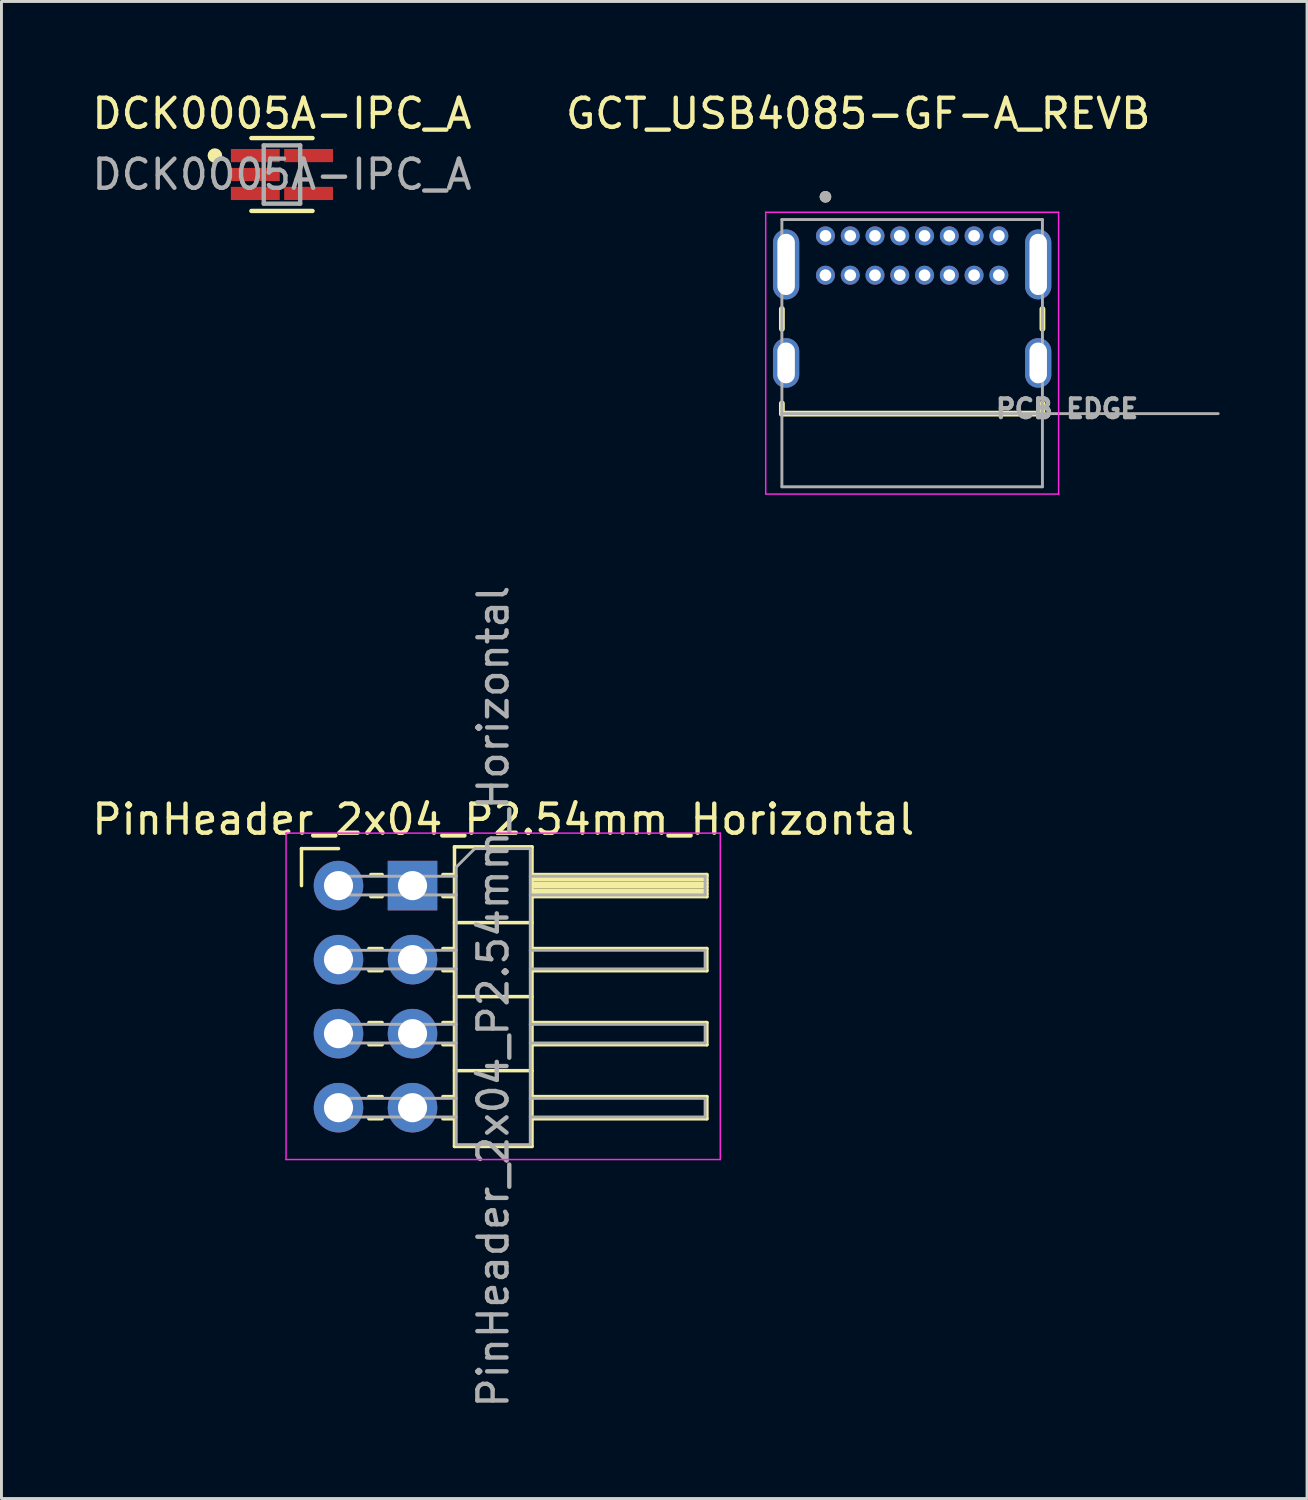
<source format=kicad_pcb>
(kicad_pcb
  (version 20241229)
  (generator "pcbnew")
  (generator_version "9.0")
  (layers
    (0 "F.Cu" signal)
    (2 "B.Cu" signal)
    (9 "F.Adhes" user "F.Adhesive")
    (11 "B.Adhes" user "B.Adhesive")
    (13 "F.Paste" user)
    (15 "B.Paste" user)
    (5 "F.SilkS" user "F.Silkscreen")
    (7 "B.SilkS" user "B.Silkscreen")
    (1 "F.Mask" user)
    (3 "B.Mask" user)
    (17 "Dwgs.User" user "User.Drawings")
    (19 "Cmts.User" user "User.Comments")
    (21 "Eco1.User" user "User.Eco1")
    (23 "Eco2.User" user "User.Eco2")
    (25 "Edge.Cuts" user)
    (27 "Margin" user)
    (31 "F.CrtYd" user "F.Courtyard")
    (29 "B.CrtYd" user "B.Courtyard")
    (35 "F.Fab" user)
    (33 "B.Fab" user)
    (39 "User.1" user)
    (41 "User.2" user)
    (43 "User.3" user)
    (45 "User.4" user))
  (footprint "PinHeader_2x04_P2.54mm_Horizontal"
    (layer "F.Cu")
    (at 8.565 27.338)
    (property "Reference" "PinHeader_2x04_P2.54mm_Horizontal" (at 5.655 -2.27 0) (layer "F.SilkS") (effects (font (size 1 1) (thickness 0.15))))
    (attr through_hole)
    (fp_line (start -1.27 -1.27) (end 0 -1.27) (stroke (width 0.12) (type solid)) (layer "F.SilkS"))
    (fp_line (start -1.27 0) (end -1.27 -1.27) (stroke (width 0.12) (type solid)) (layer "F.SilkS"))
    (fp_line (start 1.043 2.16) (end 1.497 2.16) (stroke (width 0.12) (type solid)) (layer "F.SilkS"))
    (fp_line (start 1.043 2.92) (end 1.497 2.92) (stroke (width 0.12) (type solid)) (layer "F.SilkS"))
    (fp_line (start 1.043 4.7) (end 1.497 4.7) (stroke (width 0.12) (type solid)) (layer "F.SilkS"))
    (fp_line (start 1.043 5.46) (end 1.497 5.46) (stroke (width 0.12) (type solid)) (layer "F.SilkS"))
    (fp_line (start 1.043 7.24) (end 1.497 7.24) (stroke (width 0.12) (type solid)) (layer "F.SilkS"))
    (fp_line (start 1.043 8) (end 1.497 8) (stroke (width 0.12) (type solid)) (layer "F.SilkS"))
    (fp_line (start 1.11 -0.38) (end 1.497 -0.38) (stroke (width 0.12) (type solid)) (layer "F.SilkS"))
    (fp_line (start 1.11 0.38) (end 1.497 0.38) (stroke (width 0.12) (type solid)) (layer "F.SilkS"))
    (fp_line (start 3.583 -0.38) (end 3.98 -0.38) (stroke (width 0.12) (type solid)) (layer "F.SilkS"))
    (fp_line (start 3.583 0.38) (end 3.98 0.38) (stroke (width 0.12) (type solid)) (layer "F.SilkS"))
    (fp_line (start 3.583 2.16) (end 3.98 2.16) (stroke (width 0.12) (type solid)) (layer "F.SilkS"))
    (fp_line (start 3.583 2.92) (end 3.98 2.92) (stroke (width 0.12) (type solid)) (layer "F.SilkS"))
    (fp_line (start 3.583 4.7) (end 3.98 4.7) (stroke (width 0.12) (type solid)) (layer "F.SilkS"))
    (fp_line (start 3.583 5.46) (end 3.98 5.46) (stroke (width 0.12) (type solid)) (layer "F.SilkS"))
    (fp_line (start 3.583 7.24) (end 3.98 7.24) (stroke (width 0.12) (type solid)) (layer "F.SilkS"))
    (fp_line (start 3.583 8) (end 3.98 8) (stroke (width 0.12) (type solid)) (layer "F.SilkS"))
    (fp_line (start 3.98 -1.33) (end 3.98 8.95) (stroke (width 0.12) (type solid)) (layer "F.SilkS"))
    (fp_line (start 3.98 1.27) (end 6.64 1.27) (stroke (width 0.12) (type solid)) (layer "F.SilkS"))
    (fp_line (start 3.98 3.81) (end 6.64 3.81) (stroke (width 0.12) (type solid)) (layer "F.SilkS"))
    (fp_line (start 3.98 6.35) (end 6.64 6.35) (stroke (width 0.12) (type solid)) (layer "F.SilkS"))
    (fp_line (start 3.98 8.95) (end 6.64 8.95) (stroke (width 0.12) (type solid)) (layer "F.SilkS"))
    (fp_line (start 6.64 -1.33) (end 3.98 -1.33) (stroke (width 0.12) (type solid)) (layer "F.SilkS"))
    (fp_line (start 6.64 -0.38) (end 12.64 -0.38) (stroke (width 0.12) (type solid)) (layer "F.SilkS"))
    (fp_line (start 6.64 -0.32) (end 12.64 -0.32) (stroke (width 0.12) (type solid)) (layer "F.SilkS"))
    (fp_line (start 6.64 -0.2) (end 12.64 -0.2) (stroke (width 0.12) (type solid)) (layer "F.SilkS"))
    (fp_line (start 6.64 -0.08) (end 12.64 -0.08) (stroke (width 0.12) (type solid)) (layer "F.SilkS"))
    (fp_line (start 6.64 0.04) (end 12.64 0.04) (stroke (width 0.12) (type solid)) (layer "F.SilkS"))
    (fp_line (start 6.64 0.16) (end 12.64 0.16) (stroke (width 0.12) (type solid)) (layer "F.SilkS"))
    (fp_line (start 6.64 0.28) (end 12.64 0.28) (stroke (width 0.12) (type solid)) (layer "F.SilkS"))
    (fp_line (start 6.64 2.16) (end 12.64 2.16) (stroke (width 0.12) (type solid)) (layer "F.SilkS"))
    (fp_line (start 6.64 4.7) (end 12.64 4.7) (stroke (width 0.12) (type solid)) (layer "F.SilkS"))
    (fp_line (start 6.64 7.24) (end 12.64 7.24) (stroke (width 0.12) (type solid)) (layer "F.SilkS"))
    (fp_line (start 6.64 8.95) (end 6.64 -1.33) (stroke (width 0.12) (type solid)) (layer "F.SilkS"))
    (fp_line (start 12.64 -0.38) (end 12.64 0.38) (stroke (width 0.12) (type solid)) (layer "F.SilkS"))
    (fp_line (start 12.64 0.38) (end 6.64 0.38) (stroke (width 0.12) (type solid)) (layer "F.SilkS"))
    (fp_line (start 12.64 2.16) (end 12.64 2.92) (stroke (width 0.12) (type solid)) (layer "F.SilkS"))
    (fp_line (start 12.64 2.92) (end 6.64 2.92) (stroke (width 0.12) (type solid)) (layer "F.SilkS"))
    (fp_line (start 12.64 4.7) (end 12.64 5.46) (stroke (width 0.12) (type solid)) (layer "F.SilkS"))
    (fp_line (start 12.64 5.46) (end 6.64 5.46) (stroke (width 0.12) (type solid)) (layer "F.SilkS"))
    (fp_line (start 12.64 7.24) (end 12.64 8) (stroke (width 0.12) (type solid)) (layer "F.SilkS"))
    (fp_line (start 12.64 8) (end 6.64 8) (stroke (width 0.12) (type solid)) (layer "F.SilkS"))
    (fp_line (start -1.8 -1.8) (end -1.8 9.4) (stroke (width 0.05) (type solid)) (layer "F.CrtYd"))
    (fp_line (start -1.8 9.4) (end 13.1 9.4) (stroke (width 0.05) (type solid)) (layer "F.CrtYd"))
    (fp_line (start 13.1 -1.8) (end -1.8 -1.8) (stroke (width 0.05) (type solid)) (layer "F.CrtYd"))
    (fp_line (start 13.1 9.4) (end 13.1 -1.8) (stroke (width 0.05) (type solid)) (layer "F.CrtYd"))
    (fp_line (start -0.32 -0.32) (end -0.32 0.32) (stroke (width 0.1) (type solid)) (layer "F.Fab"))
    (fp_line (start -0.32 -0.32) (end 4.04 -0.32) (stroke (width 0.1) (type solid)) (layer "F.Fab"))
    (fp_line (start -0.32 0.32) (end 4.04 0.32) (stroke (width 0.1) (type solid)) (layer "F.Fab"))
    (fp_line (start -0.32 2.22) (end -0.32 2.86) (stroke (width 0.1) (type solid)) (layer "F.Fab"))
    (fp_line (start -0.32 2.22) (end 4.04 2.22) (stroke (width 0.1) (type solid)) (layer "F.Fab"))
    (fp_line (start -0.32 2.86) (end 4.04 2.86) (stroke (width 0.1) (type solid)) (layer "F.Fab"))
    (fp_line (start -0.32 4.76) (end -0.32 5.4) (stroke (width 0.1) (type solid)) (layer "F.Fab"))
    (fp_line (start -0.32 4.76) (end 4.04 4.76) (stroke (width 0.1) (type solid)) (layer "F.Fab"))
    (fp_line (start -0.32 5.4) (end 4.04 5.4) (stroke (width 0.1) (type solid)) (layer "F.Fab"))
    (fp_line (start -0.32 7.3) (end -0.32 7.94) (stroke (width 0.1) (type solid)) (layer "F.Fab"))
    (fp_line (start -0.32 7.3) (end 4.04 7.3) (stroke (width 0.1) (type solid)) (layer "F.Fab"))
    (fp_line (start -0.32 7.94) (end 4.04 7.94) (stroke (width 0.1) (type solid)) (layer "F.Fab"))
    (fp_line (start 4.04 -0.635) (end 4.675 -1.27) (stroke (width 0.1) (type solid)) (layer "F.Fab"))
    (fp_line (start 4.04 8.89) (end 4.04 -0.635) (stroke (width 0.1) (type solid)) (layer "F.Fab"))
    (fp_line (start 4.675 -1.27) (end 6.58 -1.27) (stroke (width 0.1) (type solid)) (layer "F.Fab"))
    (fp_line (start 6.58 -1.27) (end 6.58 8.89) (stroke (width 0.1) (type solid)) (layer "F.Fab"))
    (fp_line (start 6.58 -0.32) (end 12.58 -0.32) (stroke (width 0.1) (type solid)) (layer "F.Fab"))
    (fp_line (start 6.58 0.32) (end 12.58 0.32) (stroke (width 0.1) (type solid)) (layer "F.Fab"))
    (fp_line (start 6.58 2.22) (end 12.58 2.22) (stroke (width 0.1) (type solid)) (layer "F.Fab"))
    (fp_line (start 6.58 2.86) (end 12.58 2.86) (stroke (width 0.1) (type solid)) (layer "F.Fab"))
    (fp_line (start 6.58 4.76) (end 12.58 4.76) (stroke (width 0.1) (type solid)) (layer "F.Fab"))
    (fp_line (start 6.58 5.4) (end 12.58 5.4) (stroke (width 0.1) (type solid)) (layer "F.Fab"))
    (fp_line (start 6.58 7.3) (end 12.58 7.3) (stroke (width 0.1) (type solid)) (layer "F.Fab"))
    (fp_line (start 6.58 7.94) (end 12.58 7.94) (stroke (width 0.1) (type solid)) (layer "F.Fab"))
    (fp_line (start 6.58 8.89) (end 4.04 8.89) (stroke (width 0.1) (type solid)) (layer "F.Fab"))
    (fp_line (start 12.58 -0.32) (end 12.58 0.32) (stroke (width 0.1) (type solid)) (layer "F.Fab"))
    (fp_line (start 12.58 2.22) (end 12.58 2.86) (stroke (width 0.1) (type solid)) (layer "F.Fab"))
    (fp_line (start 12.58 4.76) (end 12.58 5.4) (stroke (width 0.1) (type solid)) (layer "F.Fab"))
    (fp_line (start 12.58 7.3) (end 12.58 7.94) (stroke (width 0.1) (type solid)) (layer "F.Fab"))
    (fp_text user "${REFERENCE}" (at 5.31 3.81 90) (layer "F.Fab") (effects (font (size 1 1) (thickness 0.15))))
    (pad "1" thru_hole rect (at 2.54 0) (size 1.7 1.7) (drill 1) (layers "*.Cu" "*.Mask"))
    (pad "2" thru_hole oval (at 2.54 2.54) (size 1.7 1.7) (drill 1) (layers "*.Cu" "*.Mask"))
    (pad "3" thru_hole oval (at 2.54 5.08) (size 1.7 1.7) (drill 1) (layers "*.Cu" "*.Mask"))
    (pad "4" thru_hole oval (at 2.54 7.62) (size 1.7 1.7) (drill 1) (layers "*.Cu" "*.Mask"))
    (pad "5" thru_hole circle (at 0 0) (size 1.7 1.7) (drill 1) (layers "*.Cu" "*.Mask"))
    (pad "6" thru_hole oval (at 0 2.54) (size 1.7 1.7) (drill 1) (layers "*.Cu" "*.Mask"))
    (pad "7" thru_hole oval (at 0 5.08) (size 1.7 1.7) (drill 1) (layers "*.Cu" "*.Mask"))
    (pad "8" thru_hole oval (at 0 7.62) (size 1.7 1.7) (drill 1) (layers "*.Cu" "*.Mask")))
  (footprint "GCT_USB4085-GF-A_REVB"
    (layer "F.Cu")
    (at 28.249 9.403)
    (property "Reference" "GCT_USB4085-GF-A_REVB" (at -1.85 -8.555 0) (layer "F.SilkS") (effects (font (size 1 1) (thickness 0.15))))
    (attr through_hole)
    (fp_line (start -4.47 -1.85) (end -4.47 -1.17) (stroke (width 0.2) (type solid)) (layer "F.SilkS"))
    (fp_line (start -4.47 1.39) (end -4.47 1.74) (stroke (width 0.2) (type solid)) (layer "F.SilkS"))
    (fp_line (start -4.47 1.74) (end 4.47 1.74) (stroke (width 0.2) (type solid)) (layer "F.SilkS"))
    (fp_line (start 4.47 -1.85) (end 4.47 -1.17) (stroke (width 0.2) (type solid)) (layer "F.SilkS"))
    (fp_line (start 4.47 1.74) (end 4.47 1.39) (stroke (width 0.2) (type solid)) (layer "F.SilkS"))
    (fp_circle (center -2.975 -5.7) (end -2.875 -5.7) (stroke (width 0.2) (type solid)) (fill no) (layer "F.SilkS"))
    (fp_line (start -5.025 -5.17) (end 5.025 -5.17) (stroke (width 0.05) (type solid)) (layer "F.CrtYd"))
    (fp_line (start -5.025 4.5) (end -5.025 -5.17) (stroke (width 0.05) (type solid)) (layer "F.CrtYd"))
    (fp_line (start 5.025 -5.17) (end 5.025 4.5) (stroke (width 0.05) (type solid)) (layer "F.CrtYd"))
    (fp_line (start 5.025 4.5) (end -5.025 4.5) (stroke (width 0.05) (type solid)) (layer "F.CrtYd"))
    (fp_line (start -4.47 -4.92) (end 4.47 -4.92) (stroke (width 0.1) (type solid)) (layer "F.Fab"))
    (fp_line (start -4.47 1.74) (end -4.47 -4.92) (stroke (width 0.1) (type solid)) (layer "F.Fab"))
    (fp_line (start -4.47 1.74) (end 10.5 1.74) (stroke (width 0.1) (type solid)) (layer "F.Fab"))
    (fp_line (start -4.47 4.25) (end -4.47 1.74) (stroke (width 0.1) (type solid)) (layer "F.Fab"))
    (fp_line (start 4.47 -4.92) (end 4.47 4.25) (stroke (width 0.1) (type solid)) (layer "F.Fab"))
    (fp_line (start 4.47 4.25) (end -4.47 4.25) (stroke (width 0.1) (type solid)) (layer "F.Fab"))
    (fp_circle (center -2.975 -5.7) (end -2.875 -5.7) (stroke (width 0.2) (type solid)) (fill no) (layer "F.Fab"))
    (fp_text user "PCB EDGE" (at 5.315 1.57 0) (layer "F.Fab") (effects (font (size 0.64 0.64) (thickness 0.15))))
    (pad "A1" thru_hole circle (at -2.975 -4.36) (size 0.65 0.65) (drill 0.4) (layers "*.Cu" "*.Mask"))
    (pad "A4" thru_hole circle (at -2.125 -4.36) (size 0.65 0.65) (drill 0.4) (layers "*.Cu" "*.Mask"))
    (pad "A5" thru_hole circle (at -1.275 -4.36) (size 0.65 0.65) (drill 0.4) (layers "*.Cu" "*.Mask"))
    (pad "A6" thru_hole circle (at -0.425 -4.36) (size 0.65 0.65) (drill 0.4) (layers "*.Cu" "*.Mask"))
    (pad "A7" thru_hole circle (at 0.425 -4.36) (size 0.65 0.65) (drill 0.4) (layers "*.Cu" "*.Mask"))
    (pad "A8" thru_hole circle (at 1.275 -4.36) (size 0.65 0.65) (drill 0.4) (layers "*.Cu" "*.Mask"))
    (pad "A9" thru_hole circle (at 2.125 -4.36) (size 0.65 0.65) (drill 0.4) (layers "*.Cu" "*.Mask"))
    (pad "A12" thru_hole circle (at 2.975 -4.36) (size 0.65 0.65) (drill 0.4) (layers "*.Cu" "*.Mask"))
    (pad "B1" thru_hole circle (at 2.975 -3.01) (size 0.65 0.65) (drill 0.4) (layers "*.Cu" "*.Mask"))
    (pad "B4" thru_hole circle (at 2.125 -3.01) (size 0.65 0.65) (drill 0.4) (layers "*.Cu" "*.Mask"))
    (pad "B5" thru_hole circle (at 1.275 -3.01) (size 0.65 0.65) (drill 0.4) (layers "*.Cu" "*.Mask"))
    (pad "B6" thru_hole circle (at 0.425 -3.01) (size 0.65 0.65) (drill 0.4) (layers "*.Cu" "*.Mask"))
    (pad "B7" thru_hole circle (at -0.425 -3.01) (size 0.65 0.65) (drill 0.4) (layers "*.Cu" "*.Mask"))
    (pad "B8" thru_hole circle (at -1.275 -3.01) (size 0.65 0.65) (drill 0.4) (layers "*.Cu" "*.Mask"))
    (pad "B9" thru_hole circle (at -2.125 -3.01) (size 0.65 0.65) (drill 0.4) (layers "*.Cu" "*.Mask"))
    (pad "B12" thru_hole circle (at -2.975 -3.01) (size 0.65 0.65) (drill 0.4) (layers "*.Cu" "*.Mask"))
    (pad "S1" thru_hole oval (at -4.325 0) (size 0.9 1.7) (drill oval 0.6 1.4) (layers "*.Cu" "*.Mask"))
    (pad "S2" thru_hole oval (at 4.325 0) (size 0.9 1.7) (drill oval 0.6 1.4) (layers "*.Cu" "*.Mask"))
    (pad "S3" thru_hole oval (at -4.325 -3.38) (size 0.9 2.4) (drill oval 0.6 2.1) (layers "*.Cu" "*.Mask"))
    (pad "S4" thru_hole oval (at 4.325 -3.38) (size 0.9 2.4) (drill oval 0.6 2.1) (layers "*.Cu" "*.Mask")))
  (footprint "DCK0005A-IPC_A"
    (layer "F.Cu")
    (at 6.625 2.938)
    (property "Reference" "DCK0005A-IPC_A" (at 0 -2.09 0) (unlocked yes) (layer "F.SilkS") (effects (font (size 1 1) (thickness 0.15))))
    (attr smd)
    (fp_line (start -1.05 -1.25) (end 1.05 -1.25) (stroke (width 0.15) (type solid)) (layer "F.SilkS"))
    (fp_line (start -1.05 1.25) (end 1.05 1.25) (stroke (width 0.15) (type solid)) (layer "F.SilkS"))
    (fp_circle (center -2.302 -0.65) (end -2.177 -0.65) (stroke (width 0.25) (type solid)) (fill no) (layer "F.SilkS"))
    (fp_line (start -0.625 -1) (end 0.625 -1) (stroke (width 0.15) (type solid)) (layer "F.Fab"))
    (fp_line (start -0.625 1) (end -0.625 -1) (stroke (width 0.15) (type solid)) (layer "F.Fab"))
    (fp_line (start -0.625 1) (end 0.625 1) (stroke (width 0.15) (type solid)) (layer "F.Fab"))
    (fp_line (start 0.625 1) (end 0.625 -1) (stroke (width 0.15) (type solid)) (layer "F.Fab"))
    (fp_text user "${REFERENCE}" (at 0 0 0) (unlocked yes) (layer "F.Fab") (effects (font (size 1 1) (thickness 0.15))))
    (pad "1" smd rect (at -0.914 -0.65) (size 1.677 0.452) (layers "F.Cu" "F.Mask" "F.Paste"))
    (pad "2" smd rect (at -0.914 0) (size 1.677 0.452) (layers "F.Cu" "F.Mask" "F.Paste"))
    (pad "3" smd rect (at -0.914 0.65) (size 1.677 0.452) (layers "F.Cu" "F.Mask" "F.Paste"))
    (pad "4" smd rect (at 0.914 0.65) (size 1.677 0.452) (layers "F.Cu" "F.Mask" "F.Paste"))
    (pad "5" smd rect (at 0.914 -0.65) (size 1.677 0.452) (layers "F.Cu" "F.Mask" "F.Paste")))
  (gr_rect
    (start -3 -3)
    (end 41.799 48.369)
    (stroke (width 0.1) (type default))
    (fill no)
    (layer "Edge.Cuts")))
</source>
